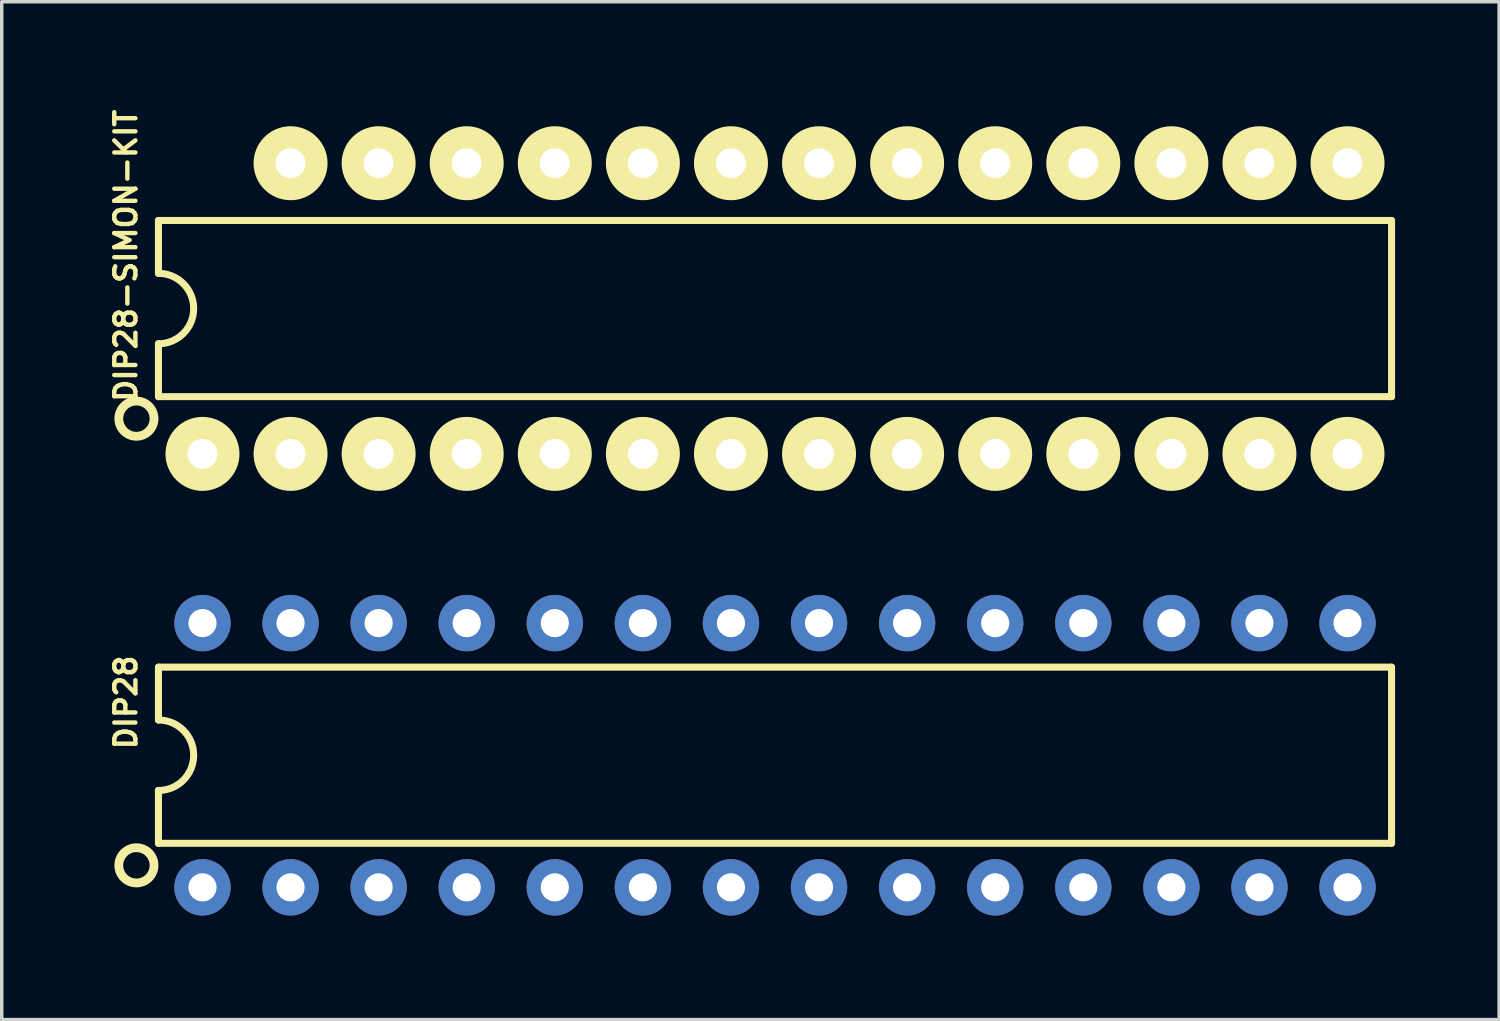
<source format=kicad_pcb>
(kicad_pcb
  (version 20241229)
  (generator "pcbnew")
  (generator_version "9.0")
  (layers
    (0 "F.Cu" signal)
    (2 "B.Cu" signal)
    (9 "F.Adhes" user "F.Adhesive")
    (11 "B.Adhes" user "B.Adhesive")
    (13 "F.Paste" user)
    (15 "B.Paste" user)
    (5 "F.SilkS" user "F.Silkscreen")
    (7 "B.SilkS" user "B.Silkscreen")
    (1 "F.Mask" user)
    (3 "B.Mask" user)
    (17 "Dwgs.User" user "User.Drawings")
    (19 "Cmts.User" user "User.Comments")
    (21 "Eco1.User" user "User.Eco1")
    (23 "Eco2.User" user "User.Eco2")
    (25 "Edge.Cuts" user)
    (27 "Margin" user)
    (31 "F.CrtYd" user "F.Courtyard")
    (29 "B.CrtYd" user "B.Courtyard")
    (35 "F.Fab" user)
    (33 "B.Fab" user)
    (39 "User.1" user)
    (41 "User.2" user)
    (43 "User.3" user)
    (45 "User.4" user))
  (footprint "DIP28-SIMON-KIT"
    (layer "F.Cu")
    (at 19.299 5.848)
    (property "Reference" "DIP28-SIMON-KIT" (at -18.72 -1.524 90) (layer "F.SilkS") (effects (font (size 0.61 0.61) (thickness 0.127))))
    (attr exclude_from_pos_files exclude_from_bom)
    (fp_line (start -17.78 -2.54) (end -17.78 -1.016) (stroke (width 0.203) (type solid)) (layer "F.SilkS"))
    (fp_line (start -17.78 2.54) (end -17.78 1.016) (stroke (width 0.203) (type solid)) (layer "F.SilkS"))
    (fp_line (start -17.78 2.54) (end 17.78 2.54) (stroke (width 0.203) (type solid)) (layer "F.SilkS"))
    (fp_line (start 17.78 -2.54) (end -17.78 -2.54) (stroke (width 0.203) (type solid)) (layer "F.SilkS"))
    (fp_line (start 17.78 -2.54) (end 17.78 2.54) (stroke (width 0.203) (type solid)) (layer "F.SilkS"))
    (fp_arc (start -17.78 -1.016) (mid -16.764 0) (end -17.78 1.016) (stroke (width 0.2032) (type solid)) (layer "F.SilkS"))
    (fp_circle (center -18.415 3.175) (end -18.415 2.667) (stroke (width 0.254) (type solid)) (fill no) (layer "F.SilkS"))
    (fp_circle (center -16.51 4.191) (end -16.51 3.124) (stroke (width 0) (type solid)) (fill yes) (layer "F.SilkS"))
    (fp_circle (center -16.51 4.191) (end -16.51 3.759) (stroke (width 0) (type solid)) (fill yes) (layer "F.SilkS"))
    (fp_circle (center -13.97 -4.191) (end -13.97 -5.258) (stroke (width 0) (type solid)) (fill yes) (layer "F.SilkS"))
    (fp_circle (center -13.97 -4.191) (end -13.97 -4.623) (stroke (width 0) (type solid)) (fill yes) (layer "F.SilkS"))
    (fp_circle (center -13.97 4.191) (end -13.97 3.124) (stroke (width 0) (type solid)) (fill yes) (layer "F.SilkS"))
    (fp_circle (center -13.97 4.191) (end -13.97 3.759) (stroke (width 0) (type solid)) (fill yes) (layer "F.SilkS"))
    (fp_circle (center -11.43 -4.191) (end -11.43 -5.258) (stroke (width 0) (type solid)) (fill yes) (layer "F.SilkS"))
    (fp_circle (center -11.43 -4.191) (end -11.43 -4.623) (stroke (width 0) (type solid)) (fill yes) (layer "F.SilkS"))
    (fp_circle (center -11.43 4.191) (end -11.43 3.124) (stroke (width 0) (type solid)) (fill yes) (layer "F.SilkS"))
    (fp_circle (center -11.43 4.191) (end -11.43 3.759) (stroke (width 0) (type solid)) (fill yes) (layer "F.SilkS"))
    (fp_circle (center -8.89 -4.191) (end -8.89 -5.258) (stroke (width 0) (type solid)) (fill yes) (layer "F.SilkS"))
    (fp_circle (center -8.89 -4.191) (end -8.89 -4.623) (stroke (width 0) (type solid)) (fill yes) (layer "F.SilkS"))
    (fp_circle (center -8.89 4.191) (end -8.89 3.124) (stroke (width 0) (type solid)) (fill yes) (layer "F.SilkS"))
    (fp_circle (center -8.89 4.191) (end -8.89 3.759) (stroke (width 0) (type solid)) (fill yes) (layer "F.SilkS"))
    (fp_circle (center -6.35 -4.191) (end -6.35 -5.258) (stroke (width 0) (type solid)) (fill yes) (layer "F.SilkS"))
    (fp_circle (center -6.35 -4.191) (end -6.35 -4.623) (stroke (width 0) (type solid)) (fill yes) (layer "F.SilkS"))
    (fp_circle (center -6.35 4.191) (end -6.35 3.124) (stroke (width 0) (type solid)) (fill yes) (layer "F.SilkS"))
    (fp_circle (center -6.35 4.191) (end -6.35 3.759) (stroke (width 0) (type solid)) (fill yes) (layer "F.SilkS"))
    (fp_circle (center -3.81 -4.191) (end -3.81 -5.258) (stroke (width 0) (type solid)) (fill yes) (layer "F.SilkS"))
    (fp_circle (center -3.81 -4.191) (end -3.81 -4.623) (stroke (width 0) (type solid)) (fill yes) (layer "F.SilkS"))
    (fp_circle (center -3.81 4.191) (end -3.81 3.124) (stroke (width 0) (type solid)) (fill yes) (layer "F.SilkS"))
    (fp_circle (center -3.81 4.191) (end -3.81 3.759) (stroke (width 0) (type solid)) (fill yes) (layer "F.SilkS"))
    (fp_circle (center -1.27 -4.191) (end -1.27 -5.258) (stroke (width 0) (type solid)) (fill yes) (layer "F.SilkS"))
    (fp_circle (center -1.27 -4.191) (end -1.27 -4.623) (stroke (width 0) (type solid)) (fill yes) (layer "F.SilkS"))
    (fp_circle (center -1.27 4.191) (end -1.27 3.124) (stroke (width 0) (type solid)) (fill yes) (layer "F.SilkS"))
    (fp_circle (center -1.27 4.191) (end -1.27 3.759) (stroke (width 0) (type solid)) (fill yes) (layer "F.SilkS"))
    (fp_circle (center 1.27 -4.191) (end 1.27 -5.258) (stroke (width 0) (type solid)) (fill yes) (layer "F.SilkS"))
    (fp_circle (center 1.27 -4.191) (end 1.27 -4.623) (stroke (width 0) (type solid)) (fill yes) (layer "F.SilkS"))
    (fp_circle (center 1.27 4.191) (end 1.27 3.124) (stroke (width 0) (type solid)) (fill yes) (layer "F.SilkS"))
    (fp_circle (center 1.27 4.191) (end 1.27 3.759) (stroke (width 0) (type solid)) (fill yes) (layer "F.SilkS"))
    (fp_circle (center 3.81 -4.191) (end 3.81 -5.258) (stroke (width 0) (type solid)) (fill yes) (layer "F.SilkS"))
    (fp_circle (center 3.81 -4.191) (end 3.81 -4.623) (stroke (width 0) (type solid)) (fill yes) (layer "F.SilkS"))
    (fp_circle (center 3.81 4.191) (end 3.81 3.124) (stroke (width 0) (type solid)) (fill yes) (layer "F.SilkS"))
    (fp_circle (center 3.81 4.191) (end 3.81 3.759) (stroke (width 0) (type solid)) (fill yes) (layer "F.SilkS"))
    (fp_circle (center 6.35 -4.191) (end 6.35 -5.258) (stroke (width 0) (type solid)) (fill yes) (layer "F.SilkS"))
    (fp_circle (center 6.35 -4.191) (end 6.35 -4.623) (stroke (width 0) (type solid)) (fill yes) (layer "F.SilkS"))
    (fp_circle (center 6.35 4.191) (end 6.35 3.124) (stroke (width 0) (type solid)) (fill yes) (layer "F.SilkS"))
    (fp_circle (center 6.35 4.191) (end 6.35 3.759) (stroke (width 0) (type solid)) (fill yes) (layer "F.SilkS"))
    (fp_circle (center 8.89 -4.191) (end 8.89 -5.258) (stroke (width 0) (type solid)) (fill yes) (layer "F.SilkS"))
    (fp_circle (center 8.89 -4.191) (end 8.89 -4.623) (stroke (width 0) (type solid)) (fill yes) (layer "F.SilkS"))
    (fp_circle (center 8.89 4.191) (end 8.89 3.124) (stroke (width 0) (type solid)) (fill yes) (layer "F.SilkS"))
    (fp_circle (center 8.89 4.191) (end 8.89 3.759) (stroke (width 0) (type solid)) (fill yes) (layer "F.SilkS"))
    (fp_circle (center 11.43 -4.191) (end 11.43 -5.258) (stroke (width 0) (type solid)) (fill yes) (layer "F.SilkS"))
    (fp_circle (center 11.43 -4.191) (end 11.43 -4.623) (stroke (width 0) (type solid)) (fill yes) (layer "F.SilkS"))
    (fp_circle (center 11.43 4.191) (end 11.43 3.124) (stroke (width 0) (type solid)) (fill yes) (layer "F.SilkS"))
    (fp_circle (center 11.43 4.191) (end 11.43 3.759) (stroke (width 0) (type solid)) (fill yes) (layer "F.SilkS"))
    (fp_circle (center 13.97 -4.191) (end 13.97 -5.258) (stroke (width 0) (type solid)) (fill yes) (layer "F.SilkS"))
    (fp_circle (center 13.97 -4.191) (end 13.97 -4.623) (stroke (width 0) (type solid)) (fill yes) (layer "F.SilkS"))
    (fp_circle (center 13.97 4.191) (end 13.97 3.124) (stroke (width 0) (type solid)) (fill yes) (layer "F.SilkS"))
    (fp_circle (center 13.97 4.191) (end 13.97 3.759) (stroke (width 0) (type solid)) (fill yes) (layer "F.SilkS"))
    (fp_circle (center 16.51 -4.191) (end 16.51 -5.258) (stroke (width 0) (type solid)) (fill yes) (layer "F.SilkS"))
    (fp_circle (center 16.51 -4.191) (end 16.51 -4.623) (stroke (width 0) (type solid)) (fill yes) (layer "F.SilkS"))
    (fp_circle (center 16.51 4.191) (end 16.51 3.124) (stroke (width 0) (type solid)) (fill yes) (layer "F.SilkS"))
    (fp_circle (center 16.51 4.191) (end 16.51 3.759) (stroke (width 0) (type solid)) (fill yes) (layer "F.SilkS"))
    (pad "1" thru_hole circle (at -16.51 4.191) (size 1.778 1.778) (drill 0.864) (layers "*.Cu" "*.Paste" "*.Mask"))
    (pad "2" thru_hole circle (at -13.97 4.191) (size 1.778 1.778) (drill 0.864) (layers "*.Cu" "*.Paste" "*.Mask"))
    (pad "3" thru_hole circle (at -11.43 4.191) (size 1.778 1.778) (drill 0.864) (layers "*.Cu" "*.Paste" "*.Mask"))
    (pad "4" thru_hole circle (at -8.89 4.191) (size 1.778 1.778) (drill 0.864) (layers "*.Cu" "*.Paste" "*.Mask"))
    (pad "5" thru_hole circle (at -6.35 4.191) (size 1.778 1.778) (drill 0.864) (layers "*.Cu" "*.Paste" "*.Mask"))
    (pad "6" thru_hole circle (at -3.81 4.191) (size 1.778 1.778) (drill 0.864) (layers "*.Cu" "*.Paste" "*.Mask"))
    (pad "7" thru_hole circle (at -1.27 4.191) (size 1.778 1.778) (drill 0.864) (layers "*.Cu" "*.Paste" "*.Mask"))
    (pad "8" thru_hole circle (at 1.27 4.191) (size 1.778 1.778) (drill 0.864) (layers "*.Cu" "*.Paste" "*.Mask"))
    (pad "9" thru_hole circle (at 3.81 4.191) (size 1.778 1.778) (drill 0.864) (layers "*.Cu" "*.Paste" "*.Mask"))
    (pad "10" thru_hole circle (at 6.35 4.191) (size 1.778 1.778) (drill 0.864) (layers "*.Cu" "*.Paste" "*.Mask"))
    (pad "11" thru_hole circle (at 8.89 4.191) (size 1.778 1.778) (drill 0.864) (layers "*.Cu" "*.Paste" "*.Mask"))
    (pad "12" thru_hole circle (at 11.43 4.191) (size 1.778 1.778) (drill 0.864) (layers "*.Cu" "*.Paste" "*.Mask"))
    (pad "13" thru_hole circle (at 13.97 4.191) (size 1.778 1.778) (drill 0.864) (layers "*.Cu" "*.Paste" "*.Mask"))
    (pad "14" thru_hole circle (at 16.51 4.191) (size 1.778 1.778) (drill 0.864) (layers "*.Cu" "*.Paste" "*.Mask"))
    (pad "15" thru_hole circle (at 16.51 -4.191) (size 1.778 1.778) (drill 0.864) (layers "*.Cu" "*.Paste" "*.Mask"))
    (pad "16" thru_hole circle (at 13.97 -4.191) (size 1.778 1.778) (drill 0.864) (layers "*.Cu" "*.Paste" "*.Mask"))
    (pad "17" thru_hole circle (at 11.43 -4.191) (size 1.778 1.778) (drill 0.864) (layers "*.Cu" "*.Paste" "*.Mask"))
    (pad "18" thru_hole circle (at 8.89 -4.191) (size 1.778 1.778) (drill 0.864) (layers "*.Cu" "*.Paste" "*.Mask"))
    (pad "19" thru_hole circle (at 6.35 -4.191) (size 1.778 1.778) (drill 0.864) (layers "*.Cu" "*.Paste" "*.Mask"))
    (pad "20" thru_hole circle (at 3.81 -4.191) (size 1.778 1.778) (drill 0.864) (layers "*.Cu" "*.Paste" "*.Mask"))
    (pad "21" thru_hole circle (at 1.27 -4.191) (size 1.778 1.778) (drill 0.864) (layers "*.Cu" "*.Paste" "*.Mask"))
    (pad "22" thru_hole circle (at -1.27 -4.191) (size 1.778 1.778) (drill 0.864) (layers "*.Cu" "*.Paste" "*.Mask"))
    (pad "23" thru_hole circle (at -3.81 -4.191) (size 1.778 1.778) (drill 0.864) (layers "*.Cu" "*.Paste" "*.Mask"))
    (pad "24" thru_hole circle (at -6.35 -4.191) (size 1.778 1.778) (drill 0.864) (layers "*.Cu" "*.Paste" "*.Mask"))
    (pad "25" thru_hole circle (at -8.89 -4.191) (size 1.778 1.778) (drill 0.864) (layers "*.Cu" "*.Paste" "*.Mask"))
    (pad "26" thru_hole circle (at -11.43 -4.191) (size 1.778 1.778) (drill 0.864) (layers "*.Cu" "*.Paste" "*.Mask"))
    (pad "27" thru_hole circle (at -13.97 -4.191) (size 1.778 1.778) (drill 0.864) (layers "*.Cu" "*.Paste" "*.Mask")))
  (footprint "DIP28"
    (layer "F.Cu")
    (at 19.299 18.729)
    (property "Reference" "DIP28" (at -18.72 -1.524 90) (layer "F.SilkS") (effects (font (size 0.61 0.61) (thickness 0.127))))
    (attr exclude_from_pos_files exclude_from_bom)
    (fp_line (start -17.78 -2.54) (end -17.78 -1.016) (stroke (width 0.203) (type solid)) (layer "F.SilkS"))
    (fp_line (start -17.78 2.54) (end -17.78 1.016) (stroke (width 0.203) (type solid)) (layer "F.SilkS"))
    (fp_line (start -17.78 2.54) (end 17.78 2.54) (stroke (width 0.203) (type solid)) (layer "F.SilkS"))
    (fp_line (start 17.78 -2.54) (end -17.78 -2.54) (stroke (width 0.203) (type solid)) (layer "F.SilkS"))
    (fp_line (start 17.78 -2.54) (end 17.78 2.54) (stroke (width 0.203) (type solid)) (layer "F.SilkS"))
    (fp_arc (start -17.78 -1.016) (mid -16.764 0) (end -17.78 1.016) (stroke (width 0.2032) (type solid)) (layer "F.SilkS"))
    (fp_circle (center -18.415 3.175) (end -18.415 2.667) (stroke (width 0.254) (type solid)) (fill no) (layer "F.SilkS"))
    (pad "1" thru_hole circle (at -16.51 3.81) (size 1.626 1.626) (drill 0.813) (layers "*.Cu" "*.Paste" "*.Mask"))
    (pad "2" thru_hole circle (at -13.97 3.81) (size 1.626 1.626) (drill 0.813) (layers "*.Cu" "*.Paste" "*.Mask"))
    (pad "3" thru_hole circle (at -11.43 3.81) (size 1.626 1.626) (drill 0.813) (layers "*.Cu" "*.Paste" "*.Mask"))
    (pad "4" thru_hole circle (at -8.89 3.81) (size 1.626 1.626) (drill 0.813) (layers "*.Cu" "*.Paste" "*.Mask"))
    (pad "5" thru_hole circle (at -6.35 3.81) (size 1.626 1.626) (drill 0.813) (layers "*.Cu" "*.Paste" "*.Mask"))
    (pad "6" thru_hole circle (at -3.81 3.81) (size 1.626 1.626) (drill 0.813) (layers "*.Cu" "*.Paste" "*.Mask"))
    (pad "7" thru_hole circle (at -1.27 3.81) (size 1.626 1.626) (drill 0.813) (layers "*.Cu" "*.Paste" "*.Mask"))
    (pad "8" thru_hole circle (at 1.27 3.81) (size 1.626 1.626) (drill 0.813) (layers "*.Cu" "*.Paste" "*.Mask"))
    (pad "9" thru_hole circle (at 3.81 3.81) (size 1.626 1.626) (drill 0.813) (layers "*.Cu" "*.Paste" "*.Mask"))
    (pad "10" thru_hole circle (at 6.35 3.81) (size 1.626 1.626) (drill 0.813) (layers "*.Cu" "*.Paste" "*.Mask"))
    (pad "11" thru_hole circle (at 8.89 3.81) (size 1.626 1.626) (drill 0.813) (layers "*.Cu" "*.Paste" "*.Mask"))
    (pad "12" thru_hole circle (at 11.43 3.81) (size 1.626 1.626) (drill 0.813) (layers "*.Cu" "*.Paste" "*.Mask"))
    (pad "13" thru_hole circle (at 13.97 3.81) (size 1.626 1.626) (drill 0.813) (layers "*.Cu" "*.Paste" "*.Mask"))
    (pad "14" thru_hole circle (at 16.51 3.81) (size 1.626 1.626) (drill 0.813) (layers "*.Cu" "*.Paste" "*.Mask"))
    (pad "15" thru_hole circle (at 16.51 -3.81) (size 1.626 1.626) (drill 0.813) (layers "*.Cu" "*.Paste" "*.Mask"))
    (pad "16" thru_hole circle (at 13.97 -3.81) (size 1.626 1.626) (drill 0.813) (layers "*.Cu" "*.Paste" "*.Mask"))
    (pad "17" thru_hole circle (at 11.43 -3.81) (size 1.626 1.626) (drill 0.813) (layers "*.Cu" "*.Paste" "*.Mask"))
    (pad "18" thru_hole circle (at 8.89 -3.81) (size 1.626 1.626) (drill 0.813) (layers "*.Cu" "*.Paste" "*.Mask"))
    (pad "19" thru_hole circle (at 6.35 -3.81) (size 1.626 1.626) (drill 0.813) (layers "*.Cu" "*.Paste" "*.Mask"))
    (pad "20" thru_hole circle (at 3.81 -3.81) (size 1.626 1.626) (drill 0.813) (layers "*.Cu" "*.Paste" "*.Mask"))
    (pad "21" thru_hole circle (at 1.27 -3.81) (size 1.626 1.626) (drill 0.813) (layers "*.Cu" "*.Paste" "*.Mask"))
    (pad "22" thru_hole circle (at -1.27 -3.81) (size 1.626 1.626) (drill 0.813) (layers "*.Cu" "*.Paste" "*.Mask"))
    (pad "23" thru_hole circle (at -3.81 -3.81) (size 1.626 1.626) (drill 0.813) (layers "*.Cu" "*.Paste" "*.Mask"))
    (pad "24" thru_hole circle (at -6.35 -3.81) (size 1.626 1.626) (drill 0.813) (layers "*.Cu" "*.Paste" "*.Mask"))
    (pad "25" thru_hole circle (at -8.89 -3.81) (size 1.626 1.626) (drill 0.813) (layers "*.Cu" "*.Paste" "*.Mask"))
    (pad "26" thru_hole circle (at -11.43 -3.81) (size 1.626 1.626) (drill 0.813) (layers "*.Cu" "*.Paste" "*.Mask"))
    (pad "27" thru_hole circle (at -13.97 -3.81) (size 1.626 1.626) (drill 0.813) (layers "*.Cu" "*.Paste" "*.Mask"))
    (pad "28" thru_hole circle (at -16.51 -3.81) (size 1.626 1.626) (drill 0.813) (layers "*.Cu" "*.Paste" "*.Mask")))
  (gr_rect
    (start -3 -3)
    (end 40.181 26.352)
    (stroke (width 0.1) (type default))
    (fill no)
    (layer "Edge.Cuts")))
</source>
